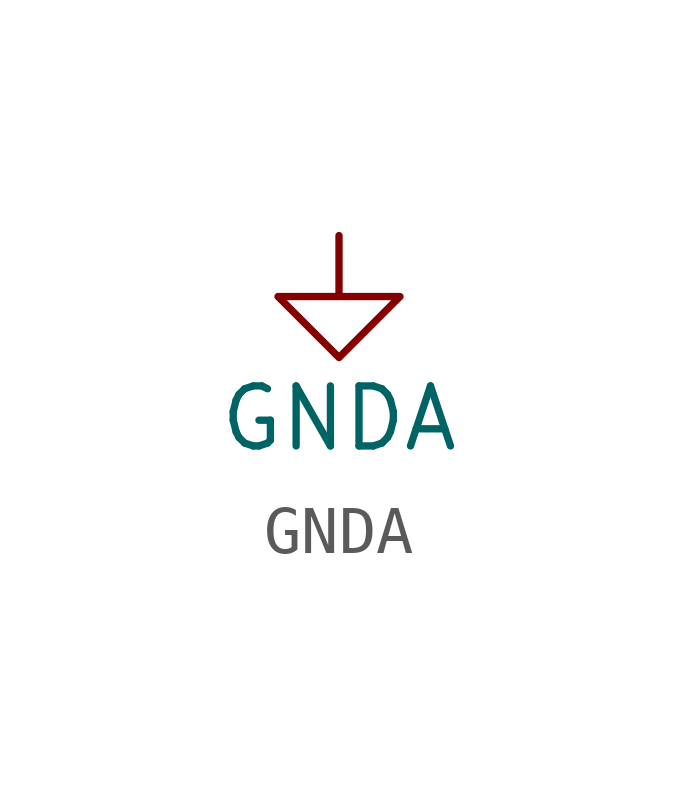
<source format=kicad_sym>
(kicad_symbol_lib
  (version 20231120)
  (generator "kicad_symbol_editor")
  (generator_version "8.0")
  (symbol "GNDA"
    (power)
    (pin_numbers hide)
    (pin_names
      (offset 0) hide)
    (property "Reference" "#PWR"
      (at 0 -6.35 0)
      (effects (font (size 1.25 1.25)) (hide yes)))
    (property "Value" "GNDA"
      (at 0 -3.81 0)
      (do_not_autoplace)
      (effects (font (size 1.25 1.25))))
    (symbol "GNDA_0_1"
      (polyline (pts (xy 0 0) (xy 0 -1.27) (xy 1.27 -1.27) (xy 0 -2.54) (xy -1.27 -1.27) (xy 0 -1.27)) (stroke (width 0) (type default)) (fill (type none))))
    (symbol "GNDA_1_1"
      (pin power_in line (at 0 0 270) (length 0) hide (name "GNDA" (effects (font (size 1.25 1.25)))) (number "1" (effects (font (size 1.25 1.25))))))))
</source>
